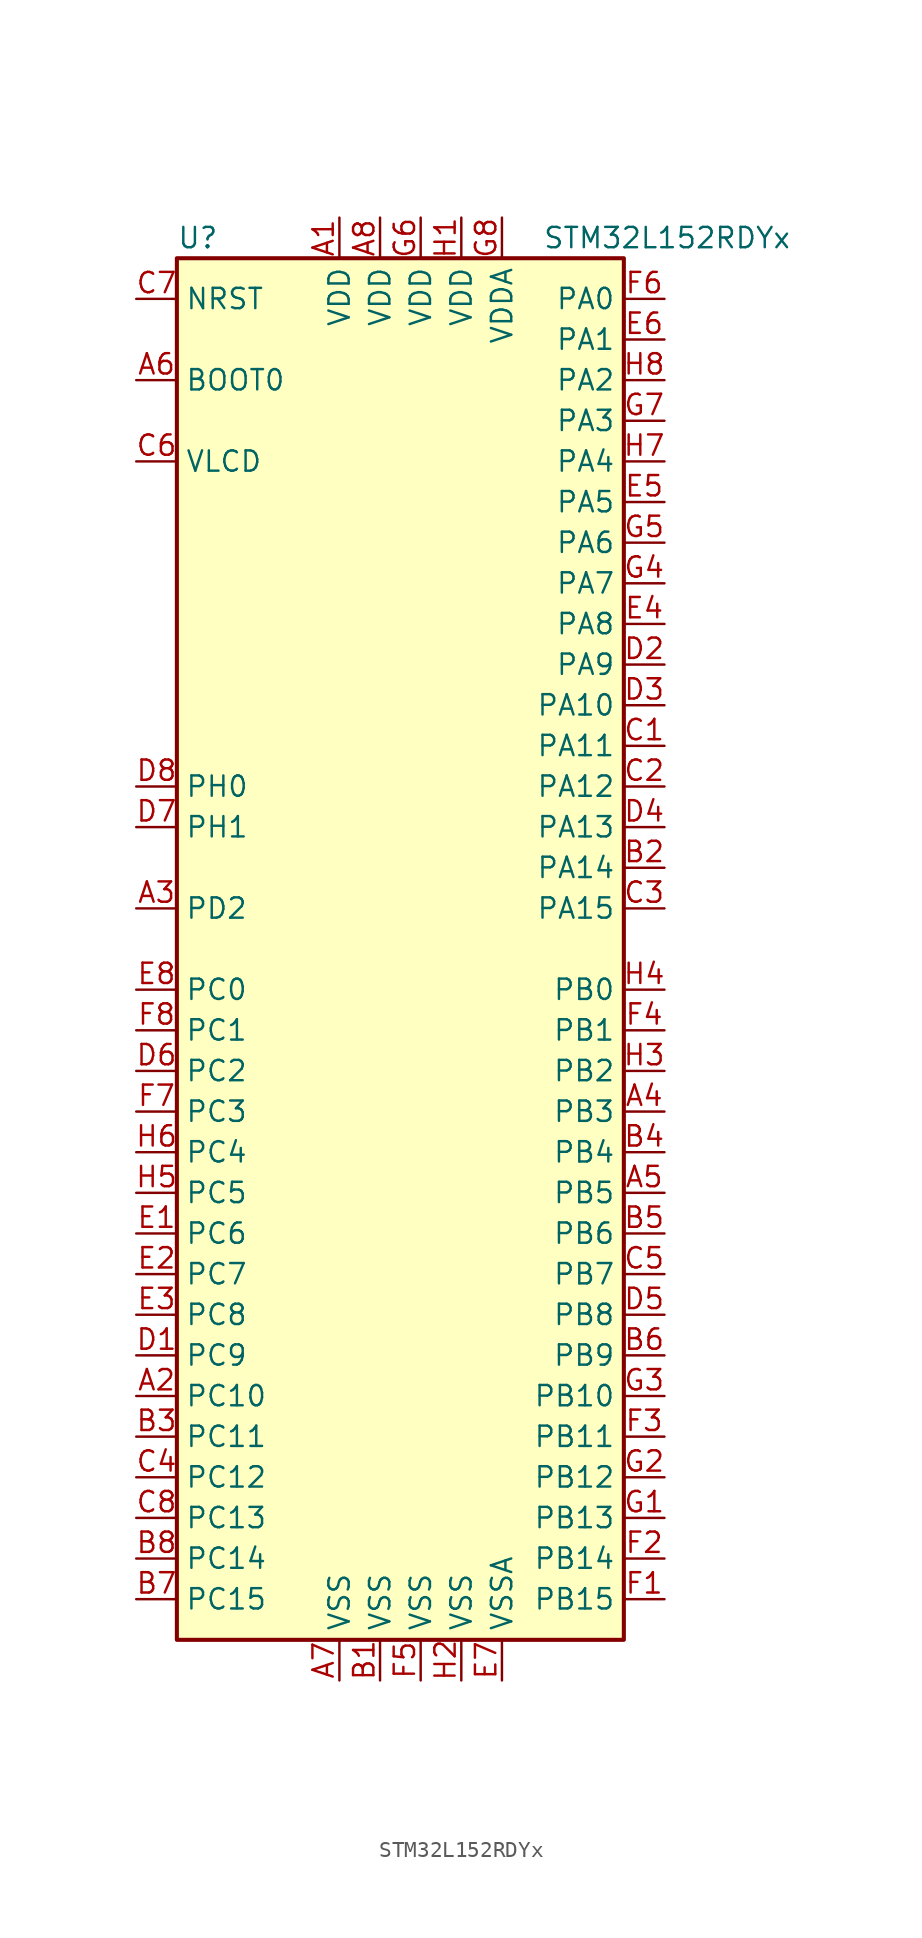
<source format=kicad_sym>
(kicad_symbol_lib
  (version 20201005)
  (generator kicad_symbol_editor)
  (symbol "STM32L152RDYx"
    (property "Reference" "U"
      (at -15.24 44.45 0)
      (effects (font (size 1.27 1.27)) (justify left)))
    (property "Value" "STM32L152RDYx"
      (at 7.62 44.45 0)
      (effects (font (size 1.27 1.27)) (justify left)))
    (symbol "STM32L152RDYx_0_1"
      (rectangle (start -15.24 -43.18) (end 12.7 43.18) (stroke (width 0.254)) (fill (type background))))
    (symbol "STM32L152RDYx_1_1"
      (pin power_in line (at -5.08 45.72 270) (length 2.54) (name "VDD" (effects (font (size 1.27 1.27)))) (number "A1" (effects (font (size 1.27 1.27)))))
      (pin bidirectional line (at -17.78 -27.94 0) (length 2.54) (name "PC10" (effects (font (size 1.27 1.27)))) (number "A2" (effects (font (size 1.27 1.27)))))
      (pin bidirectional line (at -17.78 2.54 0) (length 2.54) (name "PD2" (effects (font (size 1.27 1.27)))) (number "A3" (effects (font (size 1.27 1.27)))))
      (pin bidirectional line (at 15.24 -10.16 180) (length 2.54) (name "PB3" (effects (font (size 1.27 1.27)))) (number "A4" (effects (font (size 1.27 1.27)))))
      (pin bidirectional line (at 15.24 -15.24 180) (length 2.54) (name "PB5" (effects (font (size 1.27 1.27)))) (number "A5" (effects (font (size 1.27 1.27)))))
      (pin input line (at -17.78 35.56 0) (length 2.54) (name "BOOT0" (effects (font (size 1.27 1.27)))) (number "A6" (effects (font (size 1.27 1.27)))))
      (pin power_in line (at -5.08 -45.72 90) (length 2.54) (name "VSS" (effects (font (size 1.27 1.27)))) (number "A7" (effects (font (size 1.27 1.27)))))
      (pin power_in line (at -2.54 45.72 270) (length 2.54) (name "VDD" (effects (font (size 1.27 1.27)))) (number "A8" (effects (font (size 1.27 1.27)))))
      (pin power_in line (at -2.54 -45.72 90) (length 2.54) (name "VSS" (effects (font (size 1.27 1.27)))) (number "B1" (effects (font (size 1.27 1.27)))))
      (pin bidirectional line (at 15.24 5.08 180) (length 2.54) (name "PA14" (effects (font (size 1.27 1.27)))) (number "B2" (effects (font (size 1.27 1.27)))))
      (pin bidirectional line (at -17.78 -30.48 0) (length 2.54) (name "PC11" (effects (font (size 1.27 1.27)))) (number "B3" (effects (font (size 1.27 1.27)))))
      (pin bidirectional line (at 15.24 -12.7 180) (length 2.54) (name "PB4" (effects (font (size 1.27 1.27)))) (number "B4" (effects (font (size 1.27 1.27)))))
      (pin bidirectional line (at 15.24 -17.78 180) (length 2.54) (name "PB6" (effects (font (size 1.27 1.27)))) (number "B5" (effects (font (size 1.27 1.27)))))
      (pin bidirectional line (at 15.24 -25.4 180) (length 2.54) (name "PB9" (effects (font (size 1.27 1.27)))) (number "B6" (effects (font (size 1.27 1.27)))))
      (pin bidirectional line (at -17.78 -40.64 0) (length 2.54) (name "PC15" (effects (font (size 1.27 1.27)))) (number "B7" (effects (font (size 1.27 1.27)))))
      (pin bidirectional line (at -17.78 -38.1 0) (length 2.54) (name "PC14" (effects (font (size 1.27 1.27)))) (number "B8" (effects (font (size 1.27 1.27)))))
      (pin bidirectional line (at 15.24 12.7 180) (length 2.54) (name "PA11" (effects (font (size 1.27 1.27)))) (number "C1" (effects (font (size 1.27 1.27)))))
      (pin bidirectional line (at 15.24 10.16 180) (length 2.54) (name "PA12" (effects (font (size 1.27 1.27)))) (number "C2" (effects (font (size 1.27 1.27)))))
      (pin bidirectional line (at 15.24 2.54 180) (length 2.54) (name "PA15" (effects (font (size 1.27 1.27)))) (number "C3" (effects (font (size 1.27 1.27)))))
      (pin bidirectional line (at -17.78 -33.02 0) (length 2.54) (name "PC12" (effects (font (size 1.27 1.27)))) (number "C4" (effects (font (size 1.27 1.27)))))
      (pin bidirectional line (at 15.24 -20.32 180) (length 2.54) (name "PB7" (effects (font (size 1.27 1.27)))) (number "C5" (effects (font (size 1.27 1.27)))))
      (pin power_in line (at -17.78 30.48 0) (length 2.54) (name "VLCD" (effects (font (size 1.27 1.27)))) (number "C6" (effects (font (size 1.27 1.27)))))
      (pin input line (at -17.78 40.64 0) (length 2.54) (name "NRST" (effects (font (size 1.27 1.27)))) (number "C7" (effects (font (size 1.27 1.27)))))
      (pin bidirectional line (at -17.78 -35.56 0) (length 2.54) (name "PC13" (effects (font (size 1.27 1.27)))) (number "C8" (effects (font (size 1.27 1.27)))))
      (pin bidirectional line (at -17.78 -25.4 0) (length 2.54) (name "PC9" (effects (font (size 1.27 1.27)))) (number "D1" (effects (font (size 1.27 1.27)))))
      (pin bidirectional line (at 15.24 17.78 180) (length 2.54) (name "PA9" (effects (font (size 1.27 1.27)))) (number "D2" (effects (font (size 1.27 1.27)))))
      (pin bidirectional line (at 15.24 15.24 180) (length 2.54) (name "PA10" (effects (font (size 1.27 1.27)))) (number "D3" (effects (font (size 1.27 1.27)))))
      (pin bidirectional line (at 15.24 7.62 180) (length 2.54) (name "PA13" (effects (font (size 1.27 1.27)))) (number "D4" (effects (font (size 1.27 1.27)))))
      (pin bidirectional line (at 15.24 -22.86 180) (length 2.54) (name "PB8" (effects (font (size 1.27 1.27)))) (number "D5" (effects (font (size 1.27 1.27)))))
      (pin bidirectional line (at -17.78 -7.62 0) (length 2.54) (name "PC2" (effects (font (size 1.27 1.27)))) (number "D6" (effects (font (size 1.27 1.27)))))
      (pin input line (at -17.78 7.62 0) (length 2.54) (name "PH1" (effects (font (size 1.27 1.27)))) (number "D7" (effects (font (size 1.27 1.27)))))
      (pin input line (at -17.78 10.16 0) (length 2.54) (name "PH0" (effects (font (size 1.27 1.27)))) (number "D8" (effects (font (size 1.27 1.27)))))
      (pin bidirectional line (at -17.78 -17.78 0) (length 2.54) (name "PC6" (effects (font (size 1.27 1.27)))) (number "E1" (effects (font (size 1.27 1.27)))))
      (pin bidirectional line (at -17.78 -20.32 0) (length 2.54) (name "PC7" (effects (font (size 1.27 1.27)))) (number "E2" (effects (font (size 1.27 1.27)))))
      (pin bidirectional line (at -17.78 -22.86 0) (length 2.54) (name "PC8" (effects (font (size 1.27 1.27)))) (number "E3" (effects (font (size 1.27 1.27)))))
      (pin bidirectional line (at 15.24 20.32 180) (length 2.54) (name "PA8" (effects (font (size 1.27 1.27)))) (number "E4" (effects (font (size 1.27 1.27)))))
      (pin bidirectional line (at 15.24 27.94 180) (length 2.54) (name "PA5" (effects (font (size 1.27 1.27)))) (number "E5" (effects (font (size 1.27 1.27)))))
      (pin bidirectional line (at 15.24 38.1 180) (length 2.54) (name "PA1" (effects (font (size 1.27 1.27)))) (number "E6" (effects (font (size 1.27 1.27)))))
      (pin power_in line (at 5.08 -45.72 90) (length 2.54) (name "VSSA" (effects (font (size 1.27 1.27)))) (number "E7" (effects (font (size 1.27 1.27)))))
      (pin bidirectional line (at -17.78 -2.54 0) (length 2.54) (name "PC0" (effects (font (size 1.27 1.27)))) (number "E8" (effects (font (size 1.27 1.27)))))
      (pin bidirectional line (at 15.24 -40.64 180) (length 2.54) (name "PB15" (effects (font (size 1.27 1.27)))) (number "F1" (effects (font (size 1.27 1.27)))))
      (pin bidirectional line (at 15.24 -38.1 180) (length 2.54) (name "PB14" (effects (font (size 1.27 1.27)))) (number "F2" (effects (font (size 1.27 1.27)))))
      (pin bidirectional line (at 15.24 -30.48 180) (length 2.54) (name "PB11" (effects (font (size 1.27 1.27)))) (number "F3" (effects (font (size 1.27 1.27)))))
      (pin bidirectional line (at 15.24 -5.08 180) (length 2.54) (name "PB1" (effects (font (size 1.27 1.27)))) (number "F4" (effects (font (size 1.27 1.27)))))
      (pin power_in line (at 0 -45.72 90) (length 2.54) (name "VSS" (effects (font (size 1.27 1.27)))) (number "F5" (effects (font (size 1.27 1.27)))))
      (pin bidirectional line (at 15.24 40.64 180) (length 2.54) (name "PA0" (effects (font (size 1.27 1.27)))) (number "F6" (effects (font (size 1.27 1.27)))))
      (pin bidirectional line (at -17.78 -10.16 0) (length 2.54) (name "PC3" (effects (font (size 1.27 1.27)))) (number "F7" (effects (font (size 1.27 1.27)))))
      (pin bidirectional line (at -17.78 -5.08 0) (length 2.54) (name "PC1" (effects (font (size 1.27 1.27)))) (number "F8" (effects (font (size 1.27 1.27)))))
      (pin bidirectional line (at 15.24 -35.56 180) (length 2.54) (name "PB13" (effects (font (size 1.27 1.27)))) (number "G1" (effects (font (size 1.27 1.27)))))
      (pin bidirectional line (at 15.24 -33.02 180) (length 2.54) (name "PB12" (effects (font (size 1.27 1.27)))) (number "G2" (effects (font (size 1.27 1.27)))))
      (pin bidirectional line (at 15.24 -27.94 180) (length 2.54) (name "PB10" (effects (font (size 1.27 1.27)))) (number "G3" (effects (font (size 1.27 1.27)))))
      (pin bidirectional line (at 15.24 22.86 180) (length 2.54) (name "PA7" (effects (font (size 1.27 1.27)))) (number "G4" (effects (font (size 1.27 1.27)))))
      (pin bidirectional line (at 15.24 25.4 180) (length 2.54) (name "PA6" (effects (font (size 1.27 1.27)))) (number "G5" (effects (font (size 1.27 1.27)))))
      (pin power_in line (at 0 45.72 270) (length 2.54) (name "VDD" (effects (font (size 1.27 1.27)))) (number "G6" (effects (font (size 1.27 1.27)))))
      (pin bidirectional line (at 15.24 33.02 180) (length 2.54) (name "PA3" (effects (font (size 1.27 1.27)))) (number "G7" (effects (font (size 1.27 1.27)))))
      (pin power_in line (at 5.08 45.72 270) (length 2.54) (name "VDDA" (effects (font (size 1.27 1.27)))) (number "G8" (effects (font (size 1.27 1.27)))))
      (pin power_in line (at 2.54 45.72 270) (length 2.54) (name "VDD" (effects (font (size 1.27 1.27)))) (number "H1" (effects (font (size 1.27 1.27)))))
      (pin power_in line (at 2.54 -45.72 90) (length 2.54) (name "VSS" (effects (font (size 1.27 1.27)))) (number "H2" (effects (font (size 1.27 1.27)))))
      (pin bidirectional line (at 15.24 -7.62 180) (length 2.54) (name "PB2" (effects (font (size 1.27 1.27)))) (number "H3" (effects (font (size 1.27 1.27)))))
      (pin bidirectional line (at 15.24 -2.54 180) (length 2.54) (name "PB0" (effects (font (size 1.27 1.27)))) (number "H4" (effects (font (size 1.27 1.27)))))
      (pin bidirectional line (at -17.78 -15.24 0) (length 2.54) (name "PC5" (effects (font (size 1.27 1.27)))) (number "H5" (effects (font (size 1.27 1.27)))))
      (pin bidirectional line (at -17.78 -12.7 0) (length 2.54) (name "PC4" (effects (font (size 1.27 1.27)))) (number "H6" (effects (font (size 1.27 1.27)))))
      (pin bidirectional line (at 15.24 30.48 180) (length 2.54) (name "PA4" (effects (font (size 1.27 1.27)))) (number "H7" (effects (font (size 1.27 1.27)))))
      (pin bidirectional line (at 15.24 35.56 180) (length 2.54) (name "PA2" (effects (font (size 1.27 1.27)))) (number "H8" (effects (font (size 1.27 1.27))))))))
</source>
